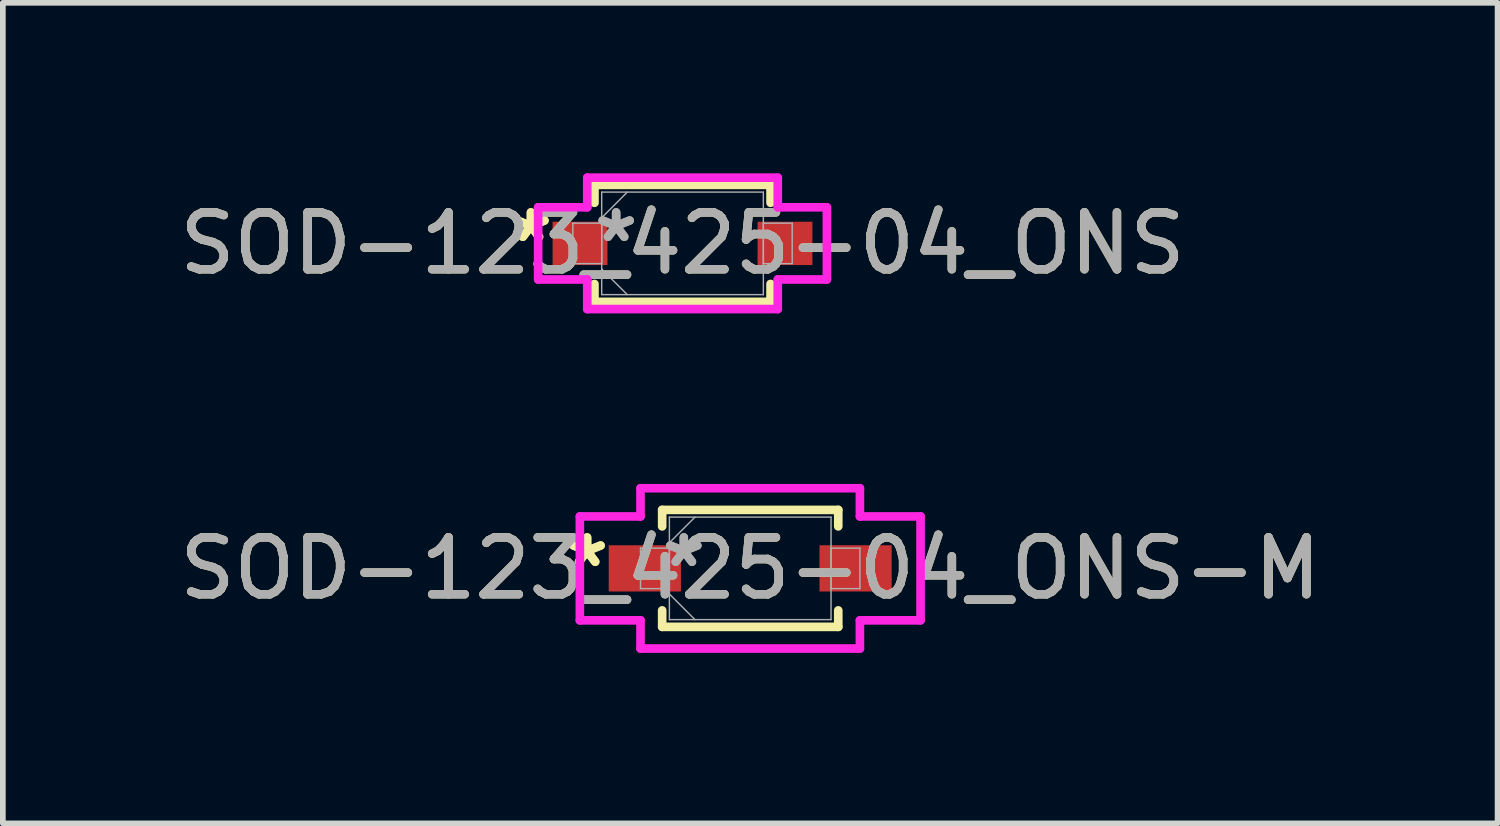
<source format=kicad_pcb>
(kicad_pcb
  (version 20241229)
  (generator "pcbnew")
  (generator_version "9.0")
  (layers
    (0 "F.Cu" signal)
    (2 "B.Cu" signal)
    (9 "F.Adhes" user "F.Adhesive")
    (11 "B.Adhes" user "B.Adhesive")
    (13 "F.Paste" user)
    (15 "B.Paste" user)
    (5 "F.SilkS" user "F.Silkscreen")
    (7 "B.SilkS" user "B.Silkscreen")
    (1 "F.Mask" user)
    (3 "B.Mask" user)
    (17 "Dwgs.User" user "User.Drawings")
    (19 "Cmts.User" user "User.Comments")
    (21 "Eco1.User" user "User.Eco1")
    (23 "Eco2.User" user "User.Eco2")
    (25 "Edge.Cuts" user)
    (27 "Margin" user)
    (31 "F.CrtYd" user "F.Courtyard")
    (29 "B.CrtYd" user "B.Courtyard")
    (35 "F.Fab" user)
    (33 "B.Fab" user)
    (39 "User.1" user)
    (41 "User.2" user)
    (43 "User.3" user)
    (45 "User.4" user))
  (footprint "SOD-123_425-04_ONS"
    (layer "F.Cu")
    (at 8.958 1.232)
    (property "Reference" "SOD-123_425-04_ONS" (at 0 0 0) (unlocked yes) (layer "F.SilkS") (effects (font (size 1 1) (thickness 0.15))))
    (attr smd)
    (fp_line (start -1.549 -1.029) (end -1.549 -0.714) (stroke (width 0.152) (type solid)) (layer "F.SilkS"))
    (fp_line (start -1.549 0.714) (end -1.549 1.029) (stroke (width 0.152) (type solid)) (layer "F.SilkS"))
    (fp_line (start -1.549 1.029) (end 1.549 1.029) (stroke (width 0.152) (type solid)) (layer "F.SilkS"))
    (fp_line (start 1.549 -1.029) (end -1.549 -1.029) (stroke (width 0.152) (type solid)) (layer "F.SilkS"))
    (fp_line (start 1.549 -0.714) (end 1.549 -1.029) (stroke (width 0.152) (type solid)) (layer "F.SilkS"))
    (fp_line (start 1.549 1.029) (end 1.549 0.714) (stroke (width 0.152) (type solid)) (layer "F.SilkS"))
    (fp_line (start -2.54 -0.635) (end -1.676 -0.635) (stroke (width 0.152) (type solid)) (layer "F.CrtYd"))
    (fp_line (start -2.54 0.635) (end -2.54 -0.635) (stroke (width 0.152) (type solid)) (layer "F.CrtYd"))
    (fp_line (start -1.676 -1.156) (end 1.676 -1.156) (stroke (width 0.152) (type solid)) (layer "F.CrtYd"))
    (fp_line (start -1.676 -0.635) (end -1.676 -1.156) (stroke (width 0.152) (type solid)) (layer "F.CrtYd"))
    (fp_line (start -1.676 0.635) (end -2.54 0.635) (stroke (width 0.152) (type solid)) (layer "F.CrtYd"))
    (fp_line (start -1.676 1.156) (end -1.676 0.635) (stroke (width 0.152) (type solid)) (layer "F.CrtYd"))
    (fp_line (start 1.676 -1.156) (end 1.676 -0.635) (stroke (width 0.152) (type solid)) (layer "F.CrtYd"))
    (fp_line (start 1.676 -0.635) (end 2.54 -0.635) (stroke (width 0.152) (type solid)) (layer "F.CrtYd"))
    (fp_line (start 1.676 0.635) (end 1.676 1.156) (stroke (width 0.152) (type solid)) (layer "F.CrtYd"))
    (fp_line (start 1.676 1.156) (end -1.676 1.156) (stroke (width 0.152) (type solid)) (layer "F.CrtYd"))
    (fp_line (start 2.54 -0.635) (end 2.54 0.635) (stroke (width 0.152) (type solid)) (layer "F.CrtYd"))
    (fp_line (start 2.54 0.635) (end 1.676 0.635) (stroke (width 0.152) (type solid)) (layer "F.CrtYd"))
    (fp_line (start -1.93 -0.356) (end -1.93 0.356) (stroke (width 0.025) (type solid)) (layer "F.Fab"))
    (fp_line (start -1.93 0.356) (end -1.422 0.356) (stroke (width 0.025) (type solid)) (layer "F.Fab"))
    (fp_line (start -1.422 -0.902) (end -1.422 0.902) (stroke (width 0.025) (type solid)) (layer "F.Fab"))
    (fp_line (start -1.422 -0.451) (end -0.972 -0.902) (stroke (width 0.025) (type solid)) (layer "F.Fab"))
    (fp_line (start -1.422 -0.356) (end -1.93 -0.356) (stroke (width 0.025) (type solid)) (layer "F.Fab"))
    (fp_line (start -1.422 0.356) (end -1.422 -0.356) (stroke (width 0.025) (type solid)) (layer "F.Fab"))
    (fp_line (start -1.422 0.451) (end -0.972 0.902) (stroke (width 0.025) (type solid)) (layer "F.Fab"))
    (fp_line (start -1.422 0.902) (end 1.422 0.902) (stroke (width 0.025) (type solid)) (layer "F.Fab"))
    (fp_line (start 1.422 -0.902) (end -1.422 -0.902) (stroke (width 0.025) (type solid)) (layer "F.Fab"))
    (fp_line (start 1.422 -0.356) (end 1.422 0.356) (stroke (width 0.025) (type solid)) (layer "F.Fab"))
    (fp_line (start 1.422 0.356) (end 1.93 0.356) (stroke (width 0.025) (type solid)) (layer "F.Fab"))
    (fp_line (start 1.422 0.902) (end 1.422 -0.902) (stroke (width 0.025) (type solid)) (layer "F.Fab"))
    (fp_line (start 1.93 -0.356) (end 1.422 -0.356) (stroke (width 0.025) (type solid)) (layer "F.Fab"))
    (fp_line (start 1.93 0.356) (end 1.93 -0.356) (stroke (width 0.025) (type solid)) (layer "F.Fab"))
    (fp_text user "*" (at -2.667 0 0) (unlocked yes) (layer "F.SilkS") (effects (font (size 1 1) (thickness 0.15))))
    (fp_text user "*" (at -2.667 0 0) (layer "F.SilkS") (effects (font (size 1 1) (thickness 0.15))))
    (fp_text user "*" (at -1.168 0 0) (unlocked yes) (layer "F.Fab") (effects (font (size 1 1) (thickness 0.15))))
    (fp_text user "${REFERENCE}" (at 0 0 0) (unlocked yes) (layer "F.Fab") (effects (font (size 1 1) (thickness 0.15))))
    (fp_text user "*" (at -1.168 0 0) (layer "F.Fab") (effects (font (size 1 1) (thickness 0.15))))
    (pad "1" smd rect (at -1.803 0) (size 0.965 0.762) (layers "F.Cu" "F.Mask" "F.Paste"))
    (pad "2" smd rect (at 1.803 0) (size 0.965 0.762) (layers "F.Cu" "F.Mask" "F.Paste")))
  (footprint "SOD-123_425-04_ONS-M"
    (layer "F.Cu")
    (at 10.149 6.95)
    (property "Reference" "SOD-123_425-04_ONS-M" (at 0 0 0) (unlocked yes) (layer "F.SilkS") (effects (font (size 1 1) (thickness 0.15))))
    (attr smd)
    (fp_line (start -1.549 -1.029) (end -1.549 -0.739) (stroke (width 0.152) (type solid)) (layer "F.SilkS"))
    (fp_line (start -1.549 0.739) (end -1.549 1.029) (stroke (width 0.152) (type solid)) (layer "F.SilkS"))
    (fp_line (start -1.549 1.029) (end 1.549 1.029) (stroke (width 0.152) (type solid)) (layer "F.SilkS"))
    (fp_line (start 1.549 -1.029) (end -1.549 -1.029) (stroke (width 0.152) (type solid)) (layer "F.SilkS"))
    (fp_line (start 1.549 -0.739) (end 1.549 -1.029) (stroke (width 0.152) (type solid)) (layer "F.SilkS"))
    (fp_line (start 1.549 1.029) (end 1.549 0.739) (stroke (width 0.152) (type solid)) (layer "F.SilkS"))
    (fp_line (start -2.997 -0.914) (end -1.93 -0.914) (stroke (width 0.152) (type solid)) (layer "F.CrtYd"))
    (fp_line (start -2.997 0.914) (end -2.997 -0.914) (stroke (width 0.152) (type solid)) (layer "F.CrtYd"))
    (fp_line (start -1.93 -1.41) (end 1.93 -1.41) (stroke (width 0.152) (type solid)) (layer "F.CrtYd"))
    (fp_line (start -1.93 -0.914) (end -1.93 -1.41) (stroke (width 0.152) (type solid)) (layer "F.CrtYd"))
    (fp_line (start -1.93 0.914) (end -2.997 0.914) (stroke (width 0.152) (type solid)) (layer "F.CrtYd"))
    (fp_line (start -1.93 1.41) (end -1.93 0.914) (stroke (width 0.152) (type solid)) (layer "F.CrtYd"))
    (fp_line (start 1.93 -1.41) (end 1.93 -0.914) (stroke (width 0.152) (type solid)) (layer "F.CrtYd"))
    (fp_line (start 1.93 -0.914) (end 2.997 -0.914) (stroke (width 0.152) (type solid)) (layer "F.CrtYd"))
    (fp_line (start 1.93 0.914) (end 1.93 1.41) (stroke (width 0.152) (type solid)) (layer "F.CrtYd"))
    (fp_line (start 1.93 1.41) (end -1.93 1.41) (stroke (width 0.152) (type solid)) (layer "F.CrtYd"))
    (fp_line (start 2.997 -0.914) (end 2.997 0.914) (stroke (width 0.152) (type solid)) (layer "F.CrtYd"))
    (fp_line (start 2.997 0.914) (end 1.93 0.914) (stroke (width 0.152) (type solid)) (layer "F.CrtYd"))
    (fp_line (start -1.93 -0.356) (end -1.93 0.356) (stroke (width 0.025) (type solid)) (layer "F.Fab"))
    (fp_line (start -1.93 0.356) (end -1.422 0.356) (stroke (width 0.025) (type solid)) (layer "F.Fab"))
    (fp_line (start -1.422 -0.902) (end -1.422 0.902) (stroke (width 0.025) (type solid)) (layer "F.Fab"))
    (fp_line (start -1.422 -0.451) (end -0.972 -0.902) (stroke (width 0.025) (type solid)) (layer "F.Fab"))
    (fp_line (start -1.422 -0.356) (end -1.93 -0.356) (stroke (width 0.025) (type solid)) (layer "F.Fab"))
    (fp_line (start -1.422 0.356) (end -1.422 -0.356) (stroke (width 0.025) (type solid)) (layer "F.Fab"))
    (fp_line (start -1.422 0.451) (end -0.972 0.902) (stroke (width 0.025) (type solid)) (layer "F.Fab"))
    (fp_line (start -1.422 0.902) (end 1.422 0.902) (stroke (width 0.025) (type solid)) (layer "F.Fab"))
    (fp_line (start 1.422 -0.902) (end -1.422 -0.902) (stroke (width 0.025) (type solid)) (layer "F.Fab"))
    (fp_line (start 1.422 -0.356) (end 1.422 0.356) (stroke (width 0.025) (type solid)) (layer "F.Fab"))
    (fp_line (start 1.422 0.356) (end 1.93 0.356) (stroke (width 0.025) (type solid)) (layer "F.Fab"))
    (fp_line (start 1.422 0.902) (end 1.422 -0.902) (stroke (width 0.025) (type solid)) (layer "F.Fab"))
    (fp_line (start 1.93 -0.356) (end 1.422 -0.356) (stroke (width 0.025) (type solid)) (layer "F.Fab"))
    (fp_line (start 1.93 0.356) (end 1.93 -0.356) (stroke (width 0.025) (type solid)) (layer "F.Fab"))
    (fp_text user "*" (at -2.87 0 0) (unlocked yes) (layer "F.SilkS") (effects (font (size 1 1) (thickness 0.15))))
    (fp_text user "*" (at -2.87 0 0) (layer "F.SilkS") (effects (font (size 1 1) (thickness 0.15))))
    (fp_text user "*" (at -1.168 0 0) (layer "F.Fab") (effects (font (size 1 1) (thickness 0.15))))
    (fp_text user "*" (at -1.168 0 0) (unlocked yes) (layer "F.Fab") (effects (font (size 1 1) (thickness 0.15))))
    (fp_text user "${REFERENCE}" (at 0 0 0) (unlocked yes) (layer "F.Fab") (effects (font (size 1 1) (thickness 0.15))))
    (pad "1" smd rect (at -1.854 0) (size 1.27 0.813) (layers "F.Cu" "F.Mask" "F.Paste"))
    (pad "2" smd rect (at 1.854 0) (size 1.27 0.813) (layers "F.Cu" "F.Mask" "F.Paste")))
  (gr_rect
    (start -3 -3)
    (end 23.298 11.436)
    (stroke (width 0.1) (type default))
    (fill no)
    (layer "Edge.Cuts")))
</source>
